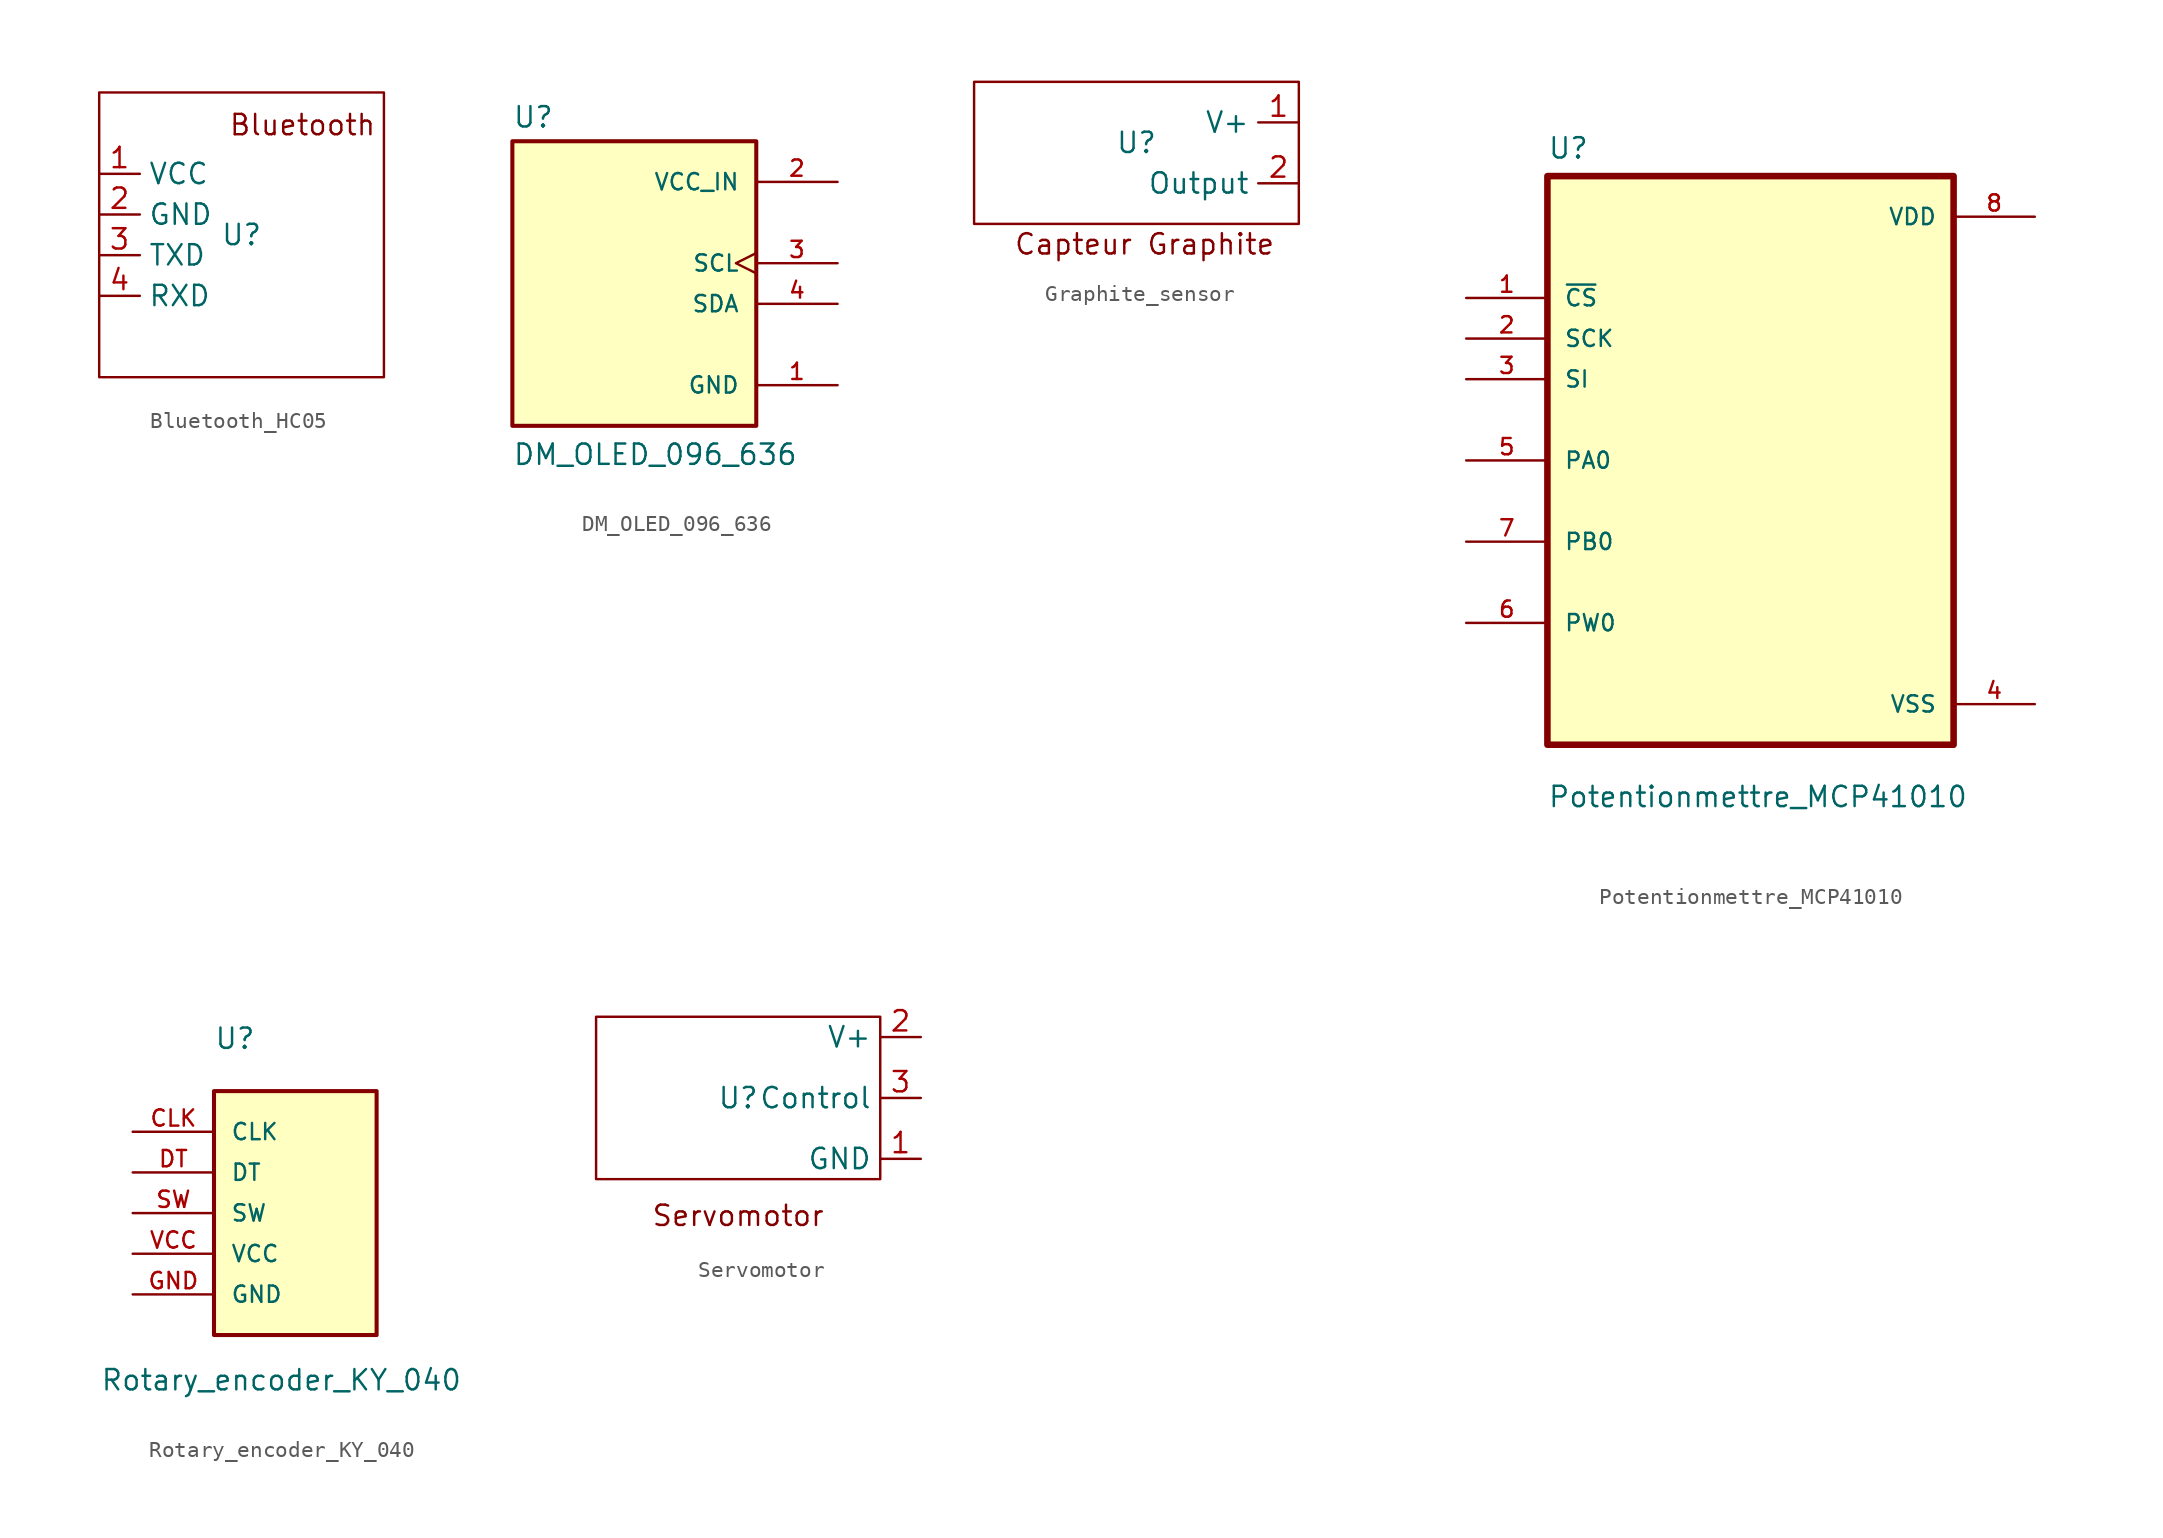
<source format=kicad_sym>
(kicad_symbol_lib
  (version 20241209)
  (generator "kicad_symbol_editor")
  (generator_version "9.0")
  (symbol "Bluetooth_HC05"
    (property "Reference" "U"
      (at 0 0 0)
      (effects (font (size 1.27 1.27))))
    (property "Value" ""
      (at 0 0 0)
      (effects (font (size 1.27 1.27))))
    (symbol "Bluetooth_HC05_0_1"
      (rectangle (start -8.89 8.89) (end 8.89 -8.89) (stroke (width 0) (type default)) (fill (type none))))
    (symbol "Bluetooth_HC05_1_1"
      (text "Bluetooth\n\n" (at 3.81 5.842 0) (effects (font (size 1.27 1.27))))
      (pin input line (at -8.89 3.81 0) (length 2.54) (name "VCC" (effects (font (size 1.27 1.27)))) (number "1" (effects (font (size 1.27 1.27)))))
      (pin input line (at -8.89 1.27 0) (length 2.54) (name "GND" (effects (font (size 1.27 1.27)))) (number "2" (effects (font (size 1.27 1.27)))))
      (pin input line (at -8.89 -1.27 0) (length 2.54) (name "TXD" (effects (font (size 1.27 1.27)))) (number "3" (effects (font (size 1.27 1.27)))))
      (pin input line (at -8.89 -3.81 0) (length 2.54) (name "RXD" (effects (font (size 1.27 1.27)))) (number "4" (effects (font (size 1.27 1.27)))))))
  (symbol "DM_OLED_096_636"
    (pin_names
      (offset 1.016))
    (property "Reference" "U"
      (at -7.62 10.922 0)
      (effects (font (size 1.27 1.27)) (justify left bottom)))
    (property "Value" "DM_OLED_096_636"
      (at -7.62 -10.16 0)
      (effects (font (size 1.27 1.27)) (justify left bottom)))
    (symbol "DM_OLED_096_636_0_0"
      (rectangle (start -7.62 -7.62) (end 7.62 10.16) (stroke (width 0.254) (type default)) (fill (type background)))
      (pin power_in line (at 12.7 7.62 180) (length 5.08) (name "VCC_IN" (effects (font (size 1.016 1.016)))) (number "2" (effects (font (size 1.016 1.016)))))
      (pin input clock (at 12.7 2.54 180) (length 5.08) (name "SCL" (effects (font (size 1.016 1.016)))) (number "3" (effects (font (size 1.016 1.016)))))
      (pin bidirectional line (at 12.7 0 180) (length 5.08) (name "SDA" (effects (font (size 1.016 1.016)))) (number "4" (effects (font (size 1.016 1.016)))))
      (pin power_in line (at 12.7 -5.08 180) (length 5.08) (name "GND" (effects (font (size 1.016 1.016)))) (number "1" (effects (font (size 1.016 1.016)))))))
  (symbol "Graphite_sensor"
    (property "Reference" "U"
      (at 0 0 0)
      (effects (font (size 1.27 1.27))))
    (property "Value" ""
      (at 0 0 0)
      (effects (font (size 1.27 1.27))))
    (symbol "Graphite_sensor_0_1"
      (rectangle (start -10.16 3.81) (end 10.16 -5.08) (stroke (width 0) (type default)) (fill (type none))))
    (symbol "Graphite_sensor_1_1"
      (text "Capteur Graphite" (at 0.508 -6.35 0) (effects (font (size 1.27 1.27))))
      (pin input line (at 10.16 1.27 180) (length 2.54) (name "V+" (effects (font (size 1.27 1.27)))) (number "1" (effects (font (size 1.27 1.27)))))
      (pin output line (at 10.16 -2.54 180) (length 2.54) (name "Output" (effects (font (size 1.27 1.27)))) (number "2" (effects (font (size 1.27 1.27)))))))
  (symbol "Potentionmettre_MCP41010"
    (pin_names
      (offset 1.016))
    (property "Reference" "U"
      (at -12.7 18.78 0)
      (effects (font (size 1.27 1.27)) (justify left bottom)))
    (property "Value" "Potentionmettre_MCP41010"
      (at -12.7 -21.78 0)
      (effects (font (size 1.27 1.27)) (justify left bottom)))
    (symbol "Potentionmettre_MCP41010_0_0"
      (rectangle (start -12.7 -17.78) (end 12.7 17.78) (stroke (width 0.41) (type default)) (fill (type background)))
      (pin input line (at -17.78 10.16 0) (length 5.08) (name "~{CS}" (effects (font (size 1.016 1.016)))) (number "1" (effects (font (size 1.016 1.016)))))
      (pin input line (at -17.78 7.62 0) (length 5.08) (name "SCK" (effects (font (size 1.016 1.016)))) (number "2" (effects (font (size 1.016 1.016)))))
      (pin input line (at -17.78 5.08 0) (length 5.08) (name "SI" (effects (font (size 1.016 1.016)))) (number "3" (effects (font (size 1.016 1.016)))))
      (pin bidirectional line (at -17.78 0 0) (length 5.08) (name "PA0" (effects (font (size 1.016 1.016)))) (number "5" (effects (font (size 1.016 1.016)))))
      (pin bidirectional line (at -17.78 -5.08 0) (length 5.08) (name "PB0" (effects (font (size 1.016 1.016)))) (number "7" (effects (font (size 1.016 1.016)))))
      (pin bidirectional line (at -17.78 -10.16 0) (length 5.08) (name "PW0" (effects (font (size 1.016 1.016)))) (number "6" (effects (font (size 1.016 1.016)))))
      (pin power_in line (at 17.78 15.24 180) (length 5.08) (name "VDD" (effects (font (size 1.016 1.016)))) (number "8" (effects (font (size 1.016 1.016)))))
      (pin power_in line (at 17.78 -15.24 180) (length 5.08) (name "VSS" (effects (font (size 1.016 1.016)))) (number "4" (effects (font (size 1.016 1.016)))))))
  (symbol "Rotary_encoder_KY_040"
    (pin_names
      (offset 1.016))
    (property "Reference" "U"
      (at -5.08 10.16 0)
      (effects (font (size 1.27 1.27)) (justify left bottom)))
    (property "Value" "Rotary_encoder_KY_040"
      (at -12.192 -11.176 0)
      (effects (font (size 1.27 1.27)) (justify left bottom)))
    (symbol "Rotary_encoder_KY_040_0_0"
      (rectangle (start -5.08 7.62) (end 5.08 -7.62) (stroke (width 0.254) (type default)) (fill (type background)))
      (pin output line (at -10.16 5.08 0) (length 5.08) (name "CLK" (effects (font (size 1.016 1.016)))) (number "CLK" (effects (font (size 1.016 1.016)))))
      (pin output line (at -10.16 2.54 0) (length 5.08) (name "DT" (effects (font (size 1.016 1.016)))) (number "DT" (effects (font (size 1.016 1.016)))))
      (pin output line (at -10.16 0 0) (length 5.08) (name "SW" (effects (font (size 1.016 1.016)))) (number "SW" (effects (font (size 1.016 1.016)))))
      (pin power_in line (at -10.16 -2.54 0) (length 5.08) (name "VCC" (effects (font (size 1.016 1.016)))) (number "VCC" (effects (font (size 1.016 1.016)))))
      (pin power_in line (at -10.16 -5.08 0) (length 5.08) (name "GND" (effects (font (size 1.016 1.016)))) (number "GND" (effects (font (size 1.016 1.016)))))))
  (symbol "Servomotor"
    (property "Reference" "U"
      (at 0 0 0)
      (effects (font (size 1.27 1.27))))
    (property "Value" ""
      (at 0 0 0)
      (effects (font (size 1.27 1.27))))
    (symbol "Servomotor_0_1"
      (rectangle (start -8.89 5.08) (end 8.89 -5.08) (stroke (width 0) (type default)) (fill (type none))))
    (symbol "Servomotor_1_1"
      (text "Servomotor\n" (at 0 -7.366 0) (effects (font (size 1.27 1.27))))
      (pin power_in line (at 11.43 3.81 180) (length 2.54) (name "V+" (effects (font (size 1.27 1.27)))) (number "2" (effects (font (size 1.27 1.27)))))
      (pin power_in line (at 11.43 0 180) (length 2.54) (name "Control" (effects (font (size 1.27 1.27)))) (number "3" (effects (font (size 1.27 1.27)))))
      (pin power_in line (at 11.43 -3.81 180) (length 2.54) (name "GND" (effects (font (size 1.27 1.27)))) (number "1" (effects (font (size 1.27 1.27))))))))
</source>
